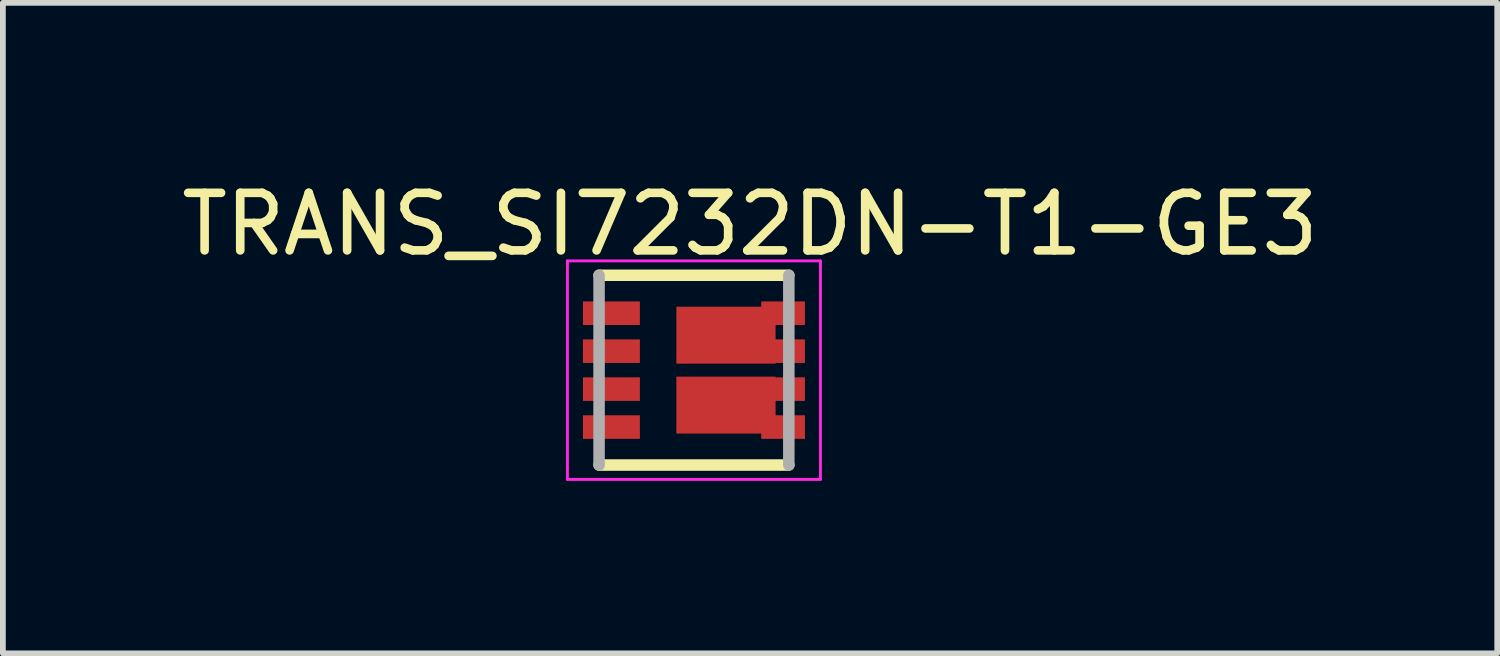
<source format=kicad_pcb>
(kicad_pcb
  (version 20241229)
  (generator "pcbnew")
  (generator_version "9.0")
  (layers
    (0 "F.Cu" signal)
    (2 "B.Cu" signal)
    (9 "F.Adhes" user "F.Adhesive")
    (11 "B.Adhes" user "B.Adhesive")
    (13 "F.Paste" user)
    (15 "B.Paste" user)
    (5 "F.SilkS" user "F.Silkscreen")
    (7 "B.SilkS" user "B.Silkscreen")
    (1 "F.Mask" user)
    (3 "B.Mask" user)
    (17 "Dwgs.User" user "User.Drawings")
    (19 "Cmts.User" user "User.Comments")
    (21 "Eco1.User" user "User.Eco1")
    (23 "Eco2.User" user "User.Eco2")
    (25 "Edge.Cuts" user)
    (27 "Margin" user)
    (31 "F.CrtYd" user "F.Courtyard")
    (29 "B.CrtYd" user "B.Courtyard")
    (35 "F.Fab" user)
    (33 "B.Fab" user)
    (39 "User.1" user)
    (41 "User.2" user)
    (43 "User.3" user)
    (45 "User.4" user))
  (footprint "TRANS_SI7232DN-T1-GE3"
    (layer "F.Cu")
    (at 9.018 3.387)
    (property "Reference" "TRANS_SI7232DN-T1-GE3" (at 0.976 -2.538 0) (layer "F.SilkS") (effects (font (size 1.001 1.001) (thickness 0.15))))
    (attr smd)
    (fp_line (start -1.65 -1.65) (end 1.65 -1.65) (stroke (width 0.2) (type solid)) (layer "F.SilkS"))
    (fp_line (start -1.65 1.65) (end 1.65 1.65) (stroke (width 0.2) (type solid)) (layer "F.SilkS"))
    (fp_line (start -2.2 -1.9) (end 2.2 -1.9) (stroke (width 0.05) (type solid)) (layer "F.CrtYd"))
    (fp_line (start -2.2 1.9) (end -2.2 -1.9) (stroke (width 0.05) (type solid)) (layer "F.CrtYd"))
    (fp_line (start 2.2 -1.9) (end 2.2 1.9) (stroke (width 0.05) (type solid)) (layer "F.CrtYd"))
    (fp_line (start 2.2 1.9) (end -2.2 1.9) (stroke (width 0.05) (type solid)) (layer "F.CrtYd"))
    (fp_line (start -1.65 -1.65) (end -1.65 1.65) (stroke (width 0.2) (type solid)) (layer "F.Fab"))
    (fp_line (start 1.65 -1.65) (end 1.65 1.65) (stroke (width 0.2) (type solid)) (layer "F.Fab"))
    (pad "1" smd rect (at -1.435 -0.99) (size 0.99 0.41) (layers "F.Cu" "F.Mask" "F.Paste"))
    (pad "2" smd rect (at -1.435 -0.33) (size 0.99 0.41) (layers "F.Cu" "F.Mask" "F.Paste"))
    (pad "3" smd rect (at -1.435 0.33) (size 0.99 0.41) (layers "F.Cu" "F.Mask" "F.Paste"))
    (pad "4" smd rect (at -1.435 0.99) (size 0.99 0.41) (layers "F.Cu" "F.Mask" "F.Paste"))
    (pad "5" smd rect (at 1.55 0.99 180) (size 0.76 0.41) (layers "F.Cu" "F.Mask" "F.Paste"))
    (pad "6" smd rect (at 1.55 0.33 180) (size 0.76 0.41) (layers "F.Cu" "F.Mask" "F.Paste"))
    (pad "7" smd rect (at 1.55 -0.33 180) (size 0.76 0.41) (layers "F.Cu" "F.Mask" "F.Paste"))
    (pad "8" smd rect (at 1.55 -0.99 180) (size 0.76 0.41) (layers "F.Cu" "F.Mask" "F.Paste"))
    (pad "9" smd rect (at 0.557 -0.608) (size 1.725 0.99) (layers "F.Cu" "F.Mask" "F.Paste"))
    (pad "10" smd rect (at 0.557 0.608) (size 1.725 0.99) (layers "F.Cu" "F.Mask" "F.Paste")))
  (gr_rect
    (start -3 -3)
    (end 22.988 8.312)
    (stroke (width 0.1) (type default))
    (fill no)
    (layer "Edge.Cuts")))
</source>
